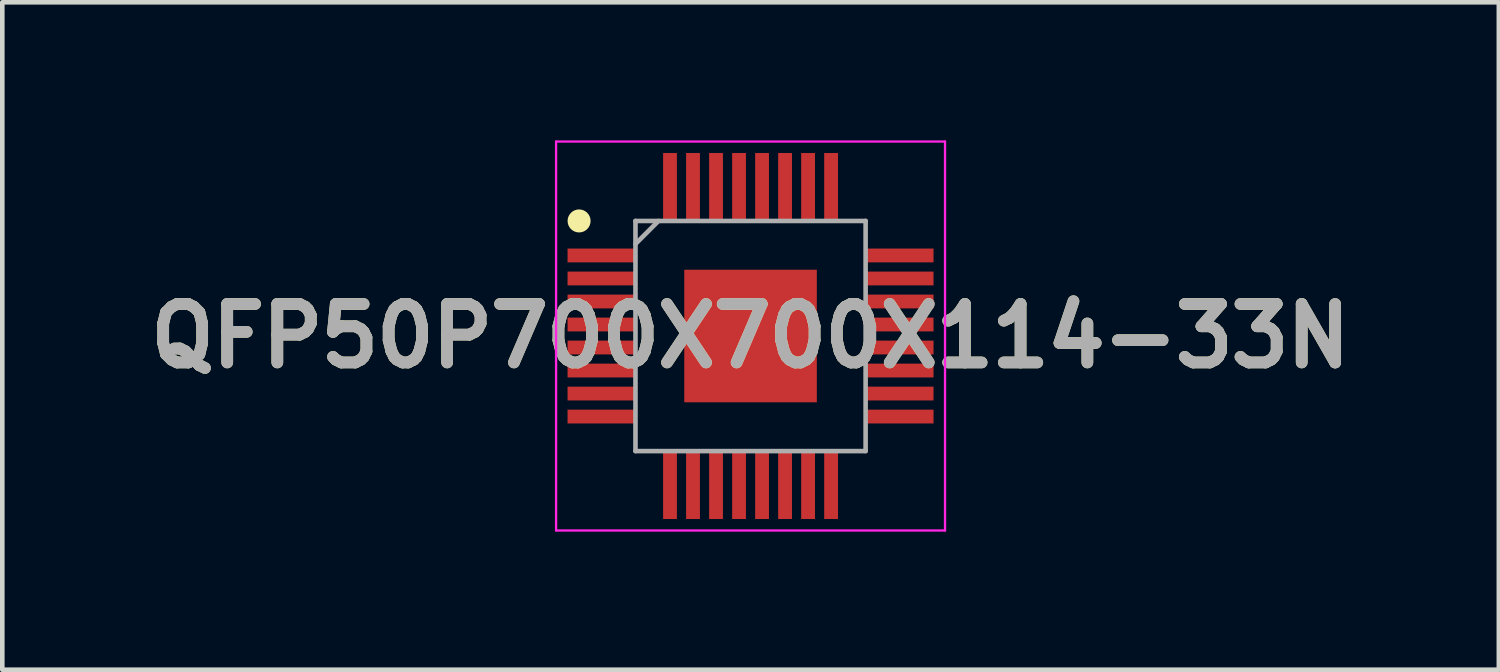
<source format=kicad_pcb>
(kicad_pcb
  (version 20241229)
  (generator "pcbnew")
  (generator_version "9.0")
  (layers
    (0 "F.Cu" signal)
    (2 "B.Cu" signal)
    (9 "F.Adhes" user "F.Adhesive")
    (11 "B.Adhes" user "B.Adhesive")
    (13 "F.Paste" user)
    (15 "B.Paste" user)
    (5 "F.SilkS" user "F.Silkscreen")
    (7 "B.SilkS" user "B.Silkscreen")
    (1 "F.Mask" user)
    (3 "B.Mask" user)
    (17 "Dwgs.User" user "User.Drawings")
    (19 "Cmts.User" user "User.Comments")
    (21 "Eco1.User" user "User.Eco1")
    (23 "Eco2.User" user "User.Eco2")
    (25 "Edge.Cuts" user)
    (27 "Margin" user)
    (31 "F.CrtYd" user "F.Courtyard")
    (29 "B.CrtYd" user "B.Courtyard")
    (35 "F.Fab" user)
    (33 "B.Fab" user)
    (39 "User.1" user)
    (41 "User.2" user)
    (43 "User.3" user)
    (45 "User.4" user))
  (footprint "QFP50P700X700X114-33N"
    (layer "F.Cu")
    (at 13.256 4.25)
    (property "Reference" "QFP50P700X700X114-33N" (at 0 0 0) (layer "F.SilkS") (effects (font (size 1.27 1.27) (thickness 0.254))))
    (attr smd)
    (fp_circle (center -3.725 -2.5) (end -3.725 -2.375) (stroke (width 0.25) (type solid)) (fill no) (layer "F.SilkS"))
    (fp_line (start -4.225 -4.225) (end 4.225 -4.225) (stroke (width 0.05) (type solid)) (layer "F.CrtYd"))
    (fp_line (start -4.225 4.225) (end -4.225 -4.225) (stroke (width 0.05) (type solid)) (layer "F.CrtYd"))
    (fp_line (start 4.225 -4.225) (end 4.225 4.225) (stroke (width 0.05) (type solid)) (layer "F.CrtYd"))
    (fp_line (start 4.225 4.225) (end -4.225 4.225) (stroke (width 0.05) (type solid)) (layer "F.CrtYd"))
    (fp_line (start -2.5 -2.5) (end 2.5 -2.5) (stroke (width 0.1) (type solid)) (layer "F.Fab"))
    (fp_line (start -2.5 -2) (end -2 -2.5) (stroke (width 0.1) (type solid)) (layer "F.Fab"))
    (fp_line (start -2.5 2.5) (end -2.5 -2.5) (stroke (width 0.1) (type solid)) (layer "F.Fab"))
    (fp_line (start 2.5 -2.5) (end 2.5 2.5) (stroke (width 0.1) (type solid)) (layer "F.Fab"))
    (fp_line (start 2.5 2.5) (end -2.5 2.5) (stroke (width 0.1) (type solid)) (layer "F.Fab"))
    (fp_text user "${REFERENCE}" (at 0 0 0) (layer "F.Fab") (effects (font (size 1.27 1.27) (thickness 0.254))))
    (pad "1" smd rect (at -3.238 -1.75 90) (size 0.3 1.475) (layers "F.Cu" "F.Mask" "F.Paste"))
    (pad "2" smd rect (at -3.238 -1.25 90) (size 0.3 1.475) (layers "F.Cu" "F.Mask" "F.Paste"))
    (pad "3" smd rect (at -3.238 -0.75 90) (size 0.3 1.475) (layers "F.Cu" "F.Mask" "F.Paste"))
    (pad "4" smd rect (at -3.238 -0.25 90) (size 0.3 1.475) (layers "F.Cu" "F.Mask" "F.Paste"))
    (pad "5" smd rect (at -3.238 0.25 90) (size 0.3 1.475) (layers "F.Cu" "F.Mask" "F.Paste"))
    (pad "6" smd rect (at -3.238 0.75 90) (size 0.3 1.475) (layers "F.Cu" "F.Mask" "F.Paste"))
    (pad "7" smd rect (at -3.238 1.25 90) (size 0.3 1.475) (layers "F.Cu" "F.Mask" "F.Paste"))
    (pad "8" smd rect (at -3.238 1.75 90) (size 0.3 1.475) (layers "F.Cu" "F.Mask" "F.Paste"))
    (pad "9" smd rect (at -1.75 3.238) (size 0.3 1.475) (layers "F.Cu" "F.Mask" "F.Paste"))
    (pad "10" smd rect (at -1.25 3.238) (size 0.3 1.475) (layers "F.Cu" "F.Mask" "F.Paste"))
    (pad "11" smd rect (at -0.75 3.238) (size 0.3 1.475) (layers "F.Cu" "F.Mask" "F.Paste"))
    (pad "12" smd rect (at -0.25 3.238) (size 0.3 1.475) (layers "F.Cu" "F.Mask" "F.Paste"))
    (pad "13" smd rect (at 0.25 3.238) (size 0.3 1.475) (layers "F.Cu" "F.Mask" "F.Paste"))
    (pad "14" smd rect (at 0.75 3.238) (size 0.3 1.475) (layers "F.Cu" "F.Mask" "F.Paste"))
    (pad "15" smd rect (at 1.25 3.238) (size 0.3 1.475) (layers "F.Cu" "F.Mask" "F.Paste"))
    (pad "16" smd rect (at 1.75 3.238) (size 0.3 1.475) (layers "F.Cu" "F.Mask" "F.Paste"))
    (pad "17" smd rect (at 3.238 1.75 90) (size 0.3 1.475) (layers "F.Cu" "F.Mask" "F.Paste"))
    (pad "18" smd rect (at 3.238 1.25 90) (size 0.3 1.475) (layers "F.Cu" "F.Mask" "F.Paste"))
    (pad "19" smd rect (at 3.238 0.75 90) (size 0.3 1.475) (layers "F.Cu" "F.Mask" "F.Paste"))
    (pad "20" smd rect (at 3.238 0.25 90) (size 0.3 1.475) (layers "F.Cu" "F.Mask" "F.Paste"))
    (pad "21" smd rect (at 3.238 -0.25 90) (size 0.3 1.475) (layers "F.Cu" "F.Mask" "F.Paste"))
    (pad "22" smd rect (at 3.238 -0.75 90) (size 0.3 1.475) (layers "F.Cu" "F.Mask" "F.Paste"))
    (pad "23" smd rect (at 3.238 -1.25 90) (size 0.3 1.475) (layers "F.Cu" "F.Mask" "F.Paste"))
    (pad "24" smd rect (at 3.238 -1.75 90) (size 0.3 1.475) (layers "F.Cu" "F.Mask" "F.Paste"))
    (pad "25" smd rect (at 1.75 -3.238) (size 0.3 1.475) (layers "F.Cu" "F.Mask" "F.Paste"))
    (pad "26" smd rect (at 1.25 -3.238) (size 0.3 1.475) (layers "F.Cu" "F.Mask" "F.Paste"))
    (pad "27" smd rect (at 0.75 -3.238) (size 0.3 1.475) (layers "F.Cu" "F.Mask" "F.Paste"))
    (pad "28" smd rect (at 0.25 -3.238) (size 0.3 1.475) (layers "F.Cu" "F.Mask" "F.Paste"))
    (pad "29" smd rect (at -0.25 -3.238) (size 0.3 1.475) (layers "F.Cu" "F.Mask" "F.Paste"))
    (pad "30" smd rect (at -0.75 -3.238) (size 0.3 1.475) (layers "F.Cu" "F.Mask" "F.Paste"))
    (pad "31" smd rect (at -1.25 -3.238) (size 0.3 1.475) (layers "F.Cu" "F.Mask" "F.Paste"))
    (pad "32" smd rect (at -1.75 -3.238) (size 0.3 1.475) (layers "F.Cu" "F.Mask" "F.Paste"))
    (pad "33" smd rect (at 0 0) (size 2.88 2.88) (layers "F.Cu" "F.Mask" "F.Paste")))
  (gr_rect
    (start -3 -3)
    (end 29.513 11.5)
    (stroke (width 0.1) (type default))
    (fill no)
    (layer "Edge.Cuts")))
</source>
